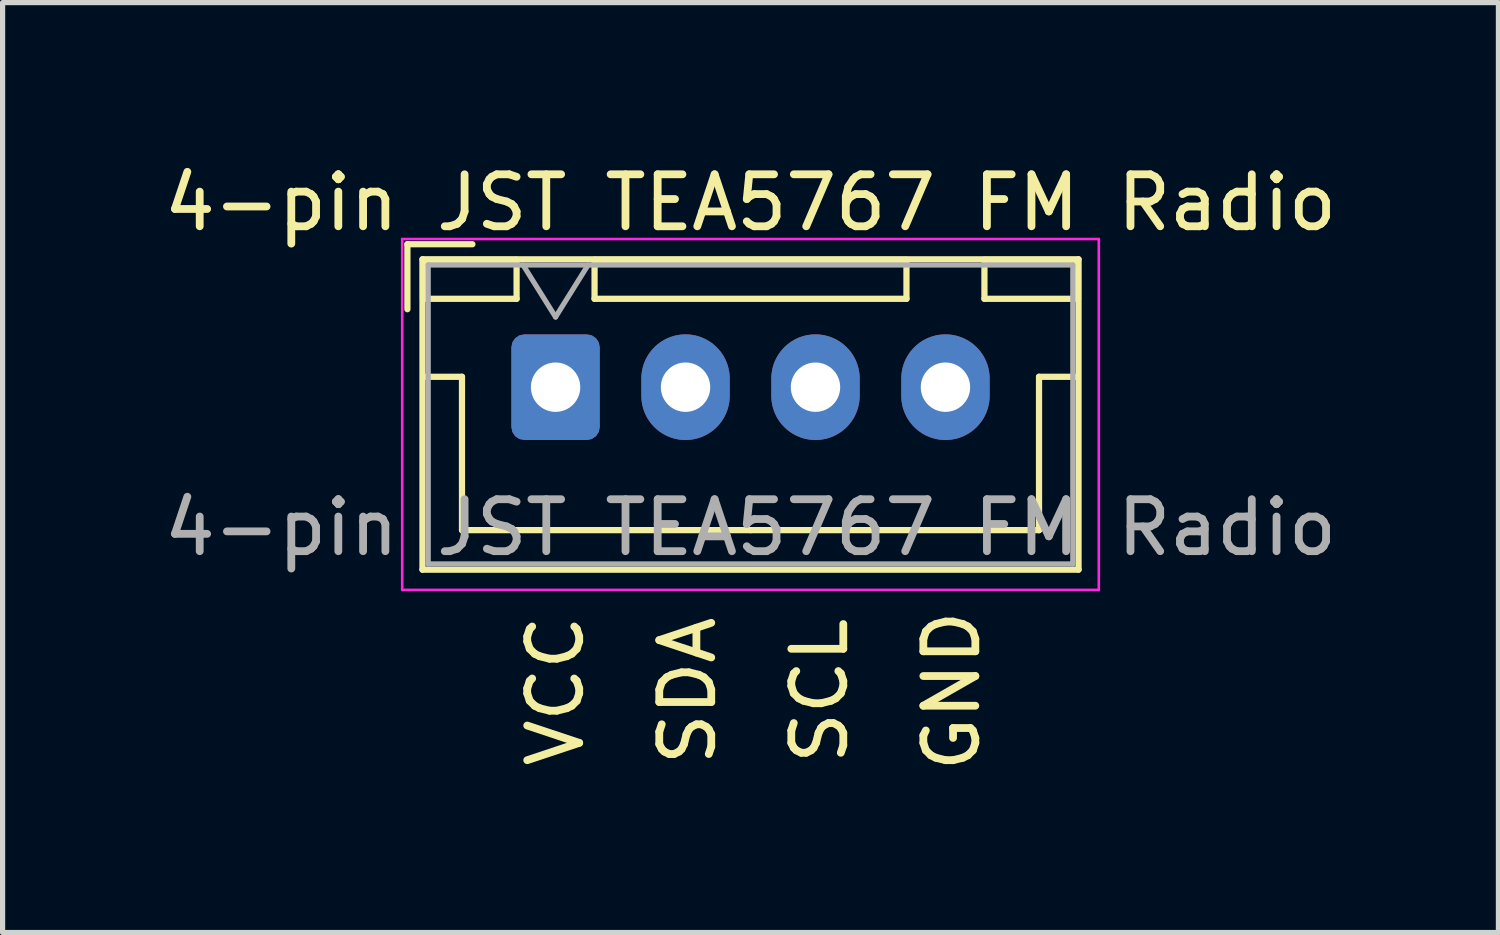
<source format=kicad_pcb>
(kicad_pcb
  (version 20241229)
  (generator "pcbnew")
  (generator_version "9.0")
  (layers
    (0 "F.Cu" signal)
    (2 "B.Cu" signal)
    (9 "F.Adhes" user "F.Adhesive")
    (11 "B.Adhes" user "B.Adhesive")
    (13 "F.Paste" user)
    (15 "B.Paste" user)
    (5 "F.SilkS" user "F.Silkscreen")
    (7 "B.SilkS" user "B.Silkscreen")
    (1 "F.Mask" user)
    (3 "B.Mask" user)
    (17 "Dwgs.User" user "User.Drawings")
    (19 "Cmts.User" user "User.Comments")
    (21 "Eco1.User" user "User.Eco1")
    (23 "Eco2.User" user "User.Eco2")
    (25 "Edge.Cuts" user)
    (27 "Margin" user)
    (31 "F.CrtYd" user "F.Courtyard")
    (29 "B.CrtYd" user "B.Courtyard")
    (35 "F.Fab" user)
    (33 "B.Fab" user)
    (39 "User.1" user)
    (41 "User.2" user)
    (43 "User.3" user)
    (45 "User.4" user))
  (footprint "4-pin JST TEA5767 FM Radio"
    (layer "F.Cu")
    (at 7.637 4.398)
    (property "Reference" "4-pin JST TEA5767 FM Radio" (at 3.75 -3.55 0) (layer "F.SilkS") (effects (font (size 1 1) (thickness 0.15))))
    (attr through_hole)
    (fp_line (start -2.85 -2.75) (end -2.85 -1.5) (stroke (width 0.12) (type solid)) (layer "F.SilkS"))
    (fp_line (start -2.56 -2.46) (end -2.56 3.51) (stroke (width 0.12) (type solid)) (layer "F.SilkS"))
    (fp_line (start -2.56 3.51) (end 10.06 3.51) (stroke (width 0.12) (type solid)) (layer "F.SilkS"))
    (fp_line (start -2.55 -2.45) (end -2.55 -1.7) (stroke (width 0.12) (type solid)) (layer "F.SilkS"))
    (fp_line (start -2.55 -1.7) (end -0.75 -1.7) (stroke (width 0.12) (type solid)) (layer "F.SilkS"))
    (fp_line (start -2.55 -0.2) (end -1.8 -0.2) (stroke (width 0.12) (type solid)) (layer "F.SilkS"))
    (fp_line (start -1.8 -0.2) (end -1.8 2.75) (stroke (width 0.12) (type solid)) (layer "F.SilkS"))
    (fp_line (start -1.8 2.75) (end 3.75 2.75) (stroke (width 0.12) (type solid)) (layer "F.SilkS"))
    (fp_line (start -1.6 -2.75) (end -2.85 -2.75) (stroke (width 0.12) (type solid)) (layer "F.SilkS"))
    (fp_line (start -0.75 -2.45) (end -2.55 -2.45) (stroke (width 0.12) (type solid)) (layer "F.SilkS"))
    (fp_line (start -0.75 -1.7) (end -0.75 -2.45) (stroke (width 0.12) (type solid)) (layer "F.SilkS"))
    (fp_line (start 0.75 -2.45) (end 0.75 -1.7) (stroke (width 0.12) (type solid)) (layer "F.SilkS"))
    (fp_line (start 0.75 -1.7) (end 6.75 -1.7) (stroke (width 0.12) (type solid)) (layer "F.SilkS"))
    (fp_line (start 6.75 -2.45) (end 0.75 -2.45) (stroke (width 0.12) (type solid)) (layer "F.SilkS"))
    (fp_line (start 6.75 -1.7) (end 6.75 -2.45) (stroke (width 0.12) (type solid)) (layer "F.SilkS"))
    (fp_line (start 8.25 -2.45) (end 8.25 -1.7) (stroke (width 0.12) (type solid)) (layer "F.SilkS"))
    (fp_line (start 8.25 -1.7) (end 10.05 -1.7) (stroke (width 0.12) (type solid)) (layer "F.SilkS"))
    (fp_line (start 9.3 -0.2) (end 9.3 2.75) (stroke (width 0.12) (type solid)) (layer "F.SilkS"))
    (fp_line (start 9.3 2.75) (end 3.75 2.75) (stroke (width 0.12) (type solid)) (layer "F.SilkS"))
    (fp_line (start 10.05 -2.45) (end 8.25 -2.45) (stroke (width 0.12) (type solid)) (layer "F.SilkS"))
    (fp_line (start 10.05 -1.7) (end 10.05 -2.45) (stroke (width 0.12) (type solid)) (layer "F.SilkS"))
    (fp_line (start 10.05 -0.2) (end 9.3 -0.2) (stroke (width 0.12) (type solid)) (layer "F.SilkS"))
    (fp_line (start 10.06 -2.46) (end -2.56 -2.46) (stroke (width 0.12) (type solid)) (layer "F.SilkS"))
    (fp_line (start 10.06 3.51) (end 10.06 -2.46) (stroke (width 0.12) (type solid)) (layer "F.SilkS"))
    (fp_line (start -2.95 -2.85) (end -2.95 3.9) (stroke (width 0.05) (type solid)) (layer "F.CrtYd"))
    (fp_line (start -2.95 3.9) (end 10.45 3.9) (stroke (width 0.05) (type solid)) (layer "F.CrtYd"))
    (fp_line (start 10.45 -2.85) (end -2.95 -2.85) (stroke (width 0.05) (type solid)) (layer "F.CrtYd"))
    (fp_line (start 10.45 3.9) (end 10.45 -2.85) (stroke (width 0.05) (type solid)) (layer "F.CrtYd"))
    (fp_line (start -2.45 -2.35) (end -2.45 3.4) (stroke (width 0.1) (type solid)) (layer "F.Fab"))
    (fp_line (start -2.45 3.4) (end 9.95 3.4) (stroke (width 0.1) (type solid)) (layer "F.Fab"))
    (fp_line (start -0.625 -2.35) (end 0 -1.35) (stroke (width 0.1) (type solid)) (layer "F.Fab"))
    (fp_line (start 0 -1.35) (end 0.625 -2.35) (stroke (width 0.1) (type solid)) (layer "F.Fab"))
    (fp_line (start 9.95 -2.35) (end -2.45 -2.35) (stroke (width 0.1) (type solid)) (layer "F.Fab"))
    (fp_line (start 9.95 3.4) (end 9.95 -2.35) (stroke (width 0.1) (type solid)) (layer "F.Fab"))
    (fp_text user "VCC" (at 0 5.842 90) (unlocked yes) (layer "F.SilkS") (effects (font (size 1 1) (thickness 0.15))))
    (fp_text user "SCL" (at 5.08 5.842 90) (unlocked yes) (layer "F.SilkS") (effects (font (size 1 1) (thickness 0.15))))
    (fp_text user "SDA" (at 2.54 5.842 90) (unlocked yes) (layer "F.SilkS") (effects (font (size 1 1) (thickness 0.15))))
    (fp_text user "GND" (at 7.62 5.842 90) (unlocked yes) (layer "F.SilkS") (effects (font (size 1 1) (thickness 0.15))))
    (fp_text user "${REFERENCE}" (at 3.75 2.7 0) (layer "F.Fab") (effects (font (size 1 1) (thickness 0.15))))
    (pad "1" thru_hole roundrect (at 0 0) (size 1.7 2.032) (drill 0.95) (layers "*.Cu" "*.Mask") (roundrect_rratio 0.147))
    (pad "2" thru_hole oval (at 2.5 0) (size 1.7 2.032) (drill 0.95) (layers "*.Cu" "*.Mask"))
    (pad "3" thru_hole oval (at 5 0) (size 1.7 2.032) (drill 0.95) (layers "*.Cu" "*.Mask"))
    (pad "4" thru_hole oval (at 7.5 0) (size 1.7 2.032) (drill 0.95) (layers "*.Cu" "*.Mask")))
  (gr_rect
    (start -3 -3)
    (end 25.774 14.889)
    (stroke (width 0.1) (type default))
    (fill no)
    (layer "Edge.Cuts")))
</source>
